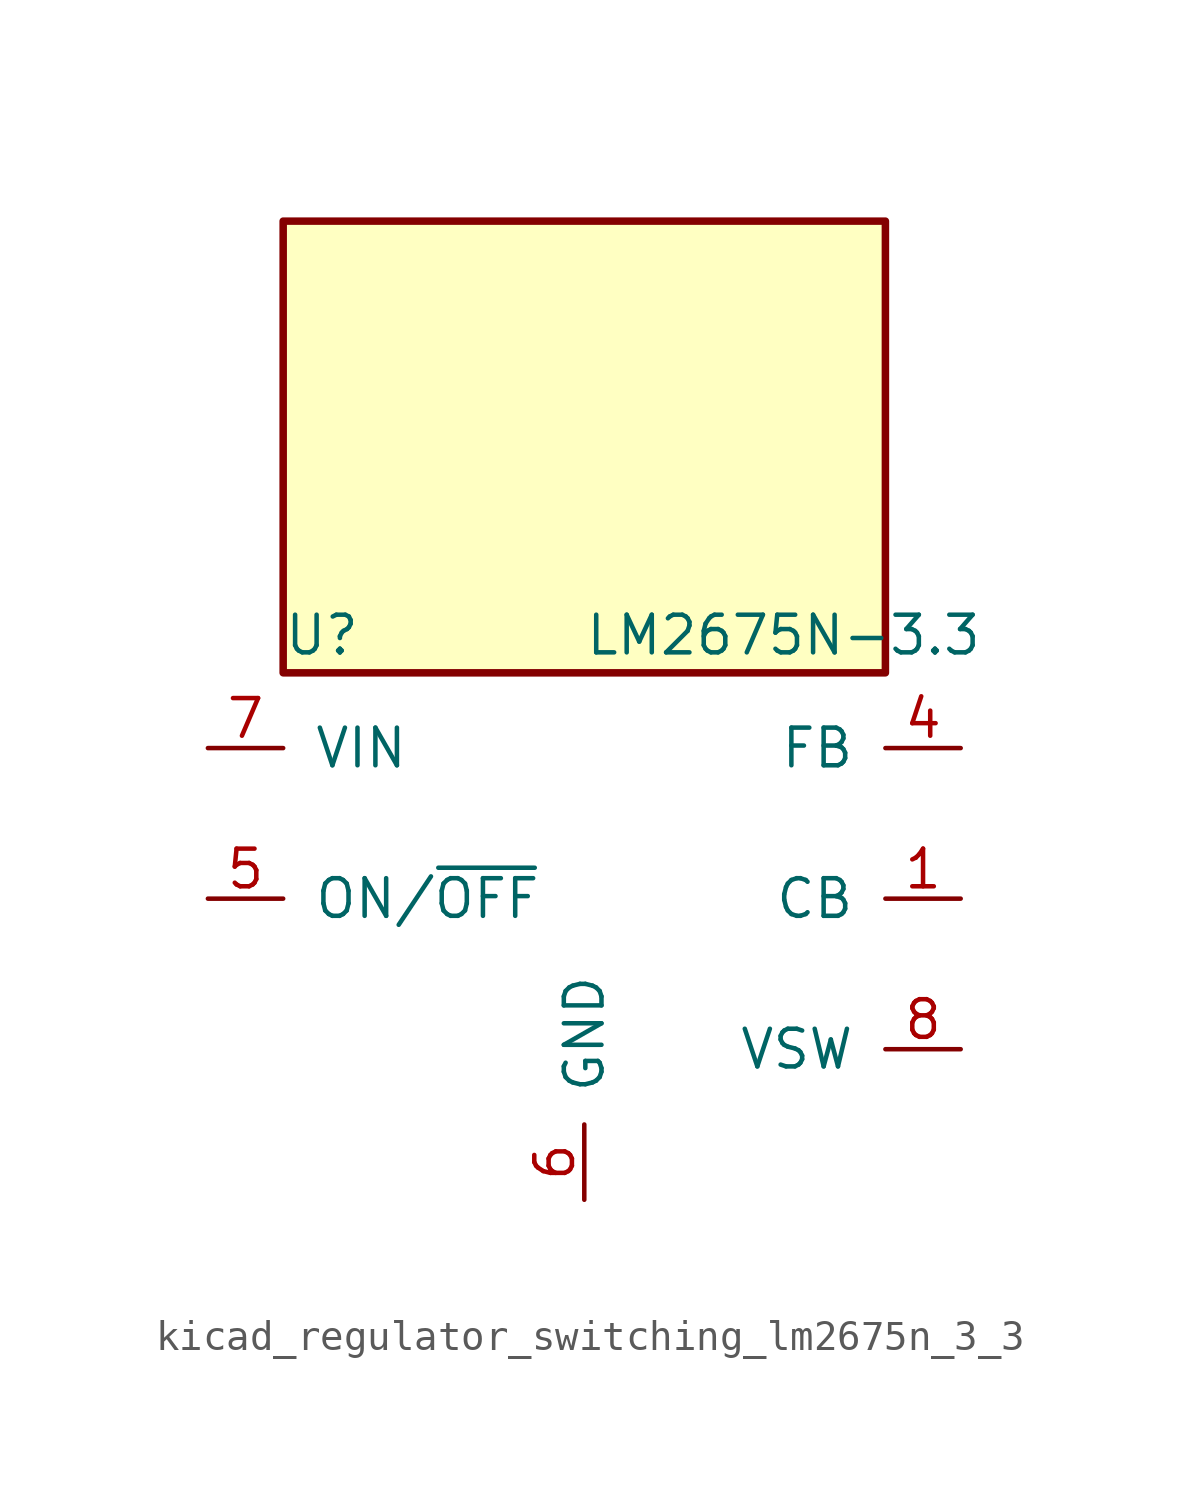
<source format=kicad_sym>
(kicad_symbol_lib
  (version 20220914)
  (generator kicad_symbol_editor)
  (symbol "kicad_regulator_switching_lm2675n_3_3"
    (pin_names
      (offset 1.016))
    (property "Reference" "U"
      (at -10.16 8.89 0)
      (effects (font (size 1.27 1.27)) (justify left)))
    (property "Value" "LM2675N-3.3"
      (at 0 8.89 0)
      (effects (font (size 1.27 1.27)) (justify left)))
    (symbol "kicad_regulator_switching_lm2675n_3_3_0_1"
      (rectangle (start 10.16 22.86) (end -10.16 7.62) (stroke (width 0.254) (type default)) (fill (type background))))
    (symbol "kicad_regulator_switching_lm2675n_3_3_1_1"
      (pin input line (at 12.7 0 180) (length 2.54) (name "CB" (effects (font (size 1.27 1.27)))) (number "1" (effects (font (size 1.27 1.27)))))
      (pin no_connect line (at -10.16 -2.54 0) (length 2.54) hide (name "NC" (effects (font (size 1.27 1.27)))) (number "2" (effects (font (size 1.27 1.27)))))
      (pin no_connect line (at -10.16 -5.08 0) (length 2.54) hide (name "NC" (effects (font (size 1.27 1.27)))) (number "3" (effects (font (size 1.27 1.27)))))
      (pin input line (at 12.7 5.08 180) (length 2.54) (name "FB" (effects (font (size 1.27 1.27)))) (number "4" (effects (font (size 1.27 1.27)))))
      (pin input line (at -12.7 0 0) (length 2.54) (name "ON/~{OFF}" (effects (font (size 1.27 1.27)))) (number "5" (effects (font (size 1.27 1.27)))))
      (pin power_in line (at 0 -10.16 90) (length 2.54) (name "GND" (effects (font (size 1.27 1.27)))) (number "6" (effects (font (size 1.27 1.27)))))
      (pin power_in line (at -12.7 5.08 0) (length 2.54) (name "VIN" (effects (font (size 1.27 1.27)))) (number "7" (effects (font (size 1.27 1.27)))))
      (pin output line (at 12.7 -5.08 180) (length 2.54) (name "VSW" (effects (font (size 1.27 1.27)))) (number "8" (effects (font (size 1.27 1.27))))))))
</source>
